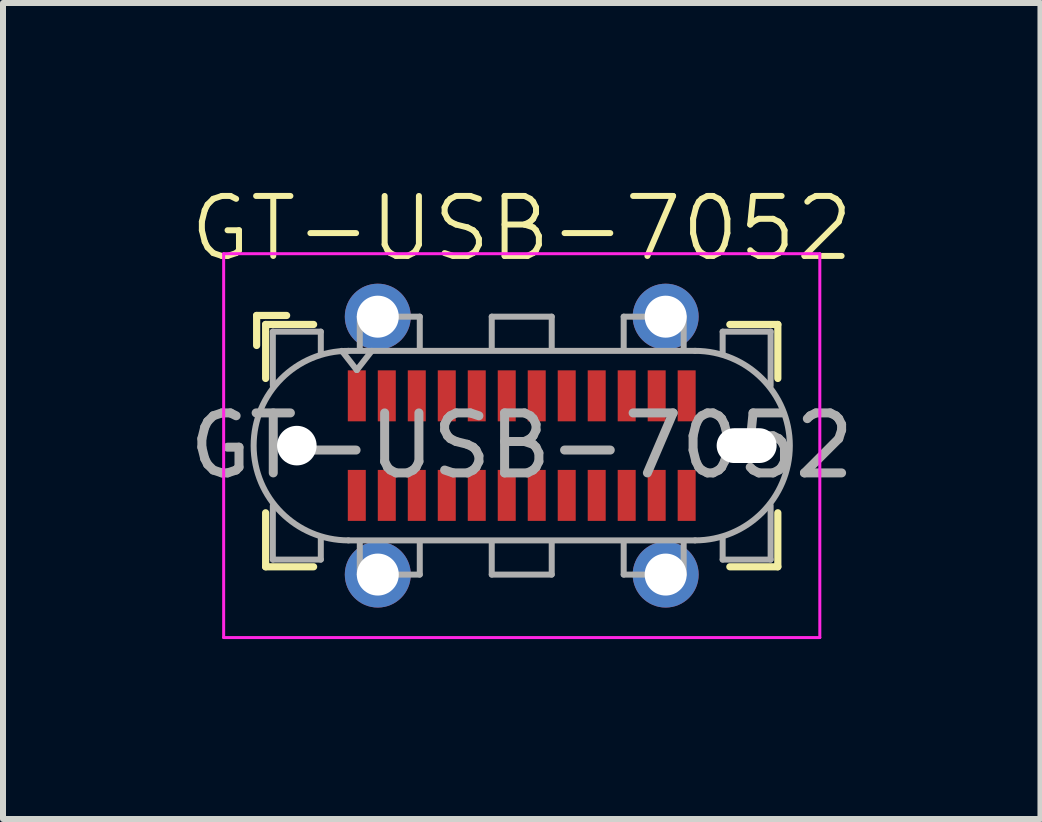
<source format=kicad_pcb>
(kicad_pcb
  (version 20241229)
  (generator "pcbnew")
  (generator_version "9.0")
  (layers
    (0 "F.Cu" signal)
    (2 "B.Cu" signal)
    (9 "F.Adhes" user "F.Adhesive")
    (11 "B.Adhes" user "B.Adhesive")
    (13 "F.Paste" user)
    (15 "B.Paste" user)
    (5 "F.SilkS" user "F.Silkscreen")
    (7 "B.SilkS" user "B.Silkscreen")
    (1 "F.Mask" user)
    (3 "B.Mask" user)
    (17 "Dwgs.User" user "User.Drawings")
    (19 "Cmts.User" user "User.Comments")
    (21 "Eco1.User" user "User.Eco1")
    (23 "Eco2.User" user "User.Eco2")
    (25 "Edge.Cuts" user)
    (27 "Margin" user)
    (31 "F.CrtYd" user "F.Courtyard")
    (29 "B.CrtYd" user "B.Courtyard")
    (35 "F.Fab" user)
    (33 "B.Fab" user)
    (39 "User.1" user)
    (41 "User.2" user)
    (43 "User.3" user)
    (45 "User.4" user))
  (footprint "GT-USB-7052"
    (layer "F.Cu")
    (at 5.649 3.3)
    (property "Reference" "GT-USB-7052" (at 0 -2.54 0) (unlocked yes) (layer "F.SilkS") (effects (font (size 1 1) (thickness 0.1))))
    (attr smd)
    (fp_line (start -4.42 -1.09) (end -4.42 -0.59) (stroke (width 0.12) (type solid)) (layer "F.SilkS"))
    (fp_line (start -4.42 -1.09) (end -3.92 -1.09) (stroke (width 0.12) (type solid)) (layer "F.SilkS"))
    (fp_line (start -4.27 -0.94) (end -4.27 -0.04) (stroke (width 0.12) (type solid)) (layer "F.SilkS"))
    (fp_line (start -4.27 -0.94) (end -3.47 -0.94) (stroke (width 0.12) (type solid)) (layer "F.SilkS"))
    (fp_line (start -4.27 3.1) (end -4.27 2.2) (stroke (width 0.12) (type solid)) (layer "F.SilkS"))
    (fp_line (start -4.27 3.1) (end -3.47 3.1) (stroke (width 0.12) (type solid)) (layer "F.SilkS"))
    (fp_line (start 4.27 -0.94) (end 3.47 -0.94) (stroke (width 0.12) (type solid)) (layer "F.SilkS"))
    (fp_line (start 4.27 -0.94) (end 4.27 -0.04) (stroke (width 0.12) (type solid)) (layer "F.SilkS"))
    (fp_line (start 4.27 3.1) (end 3.47 3.1) (stroke (width 0.12) (type solid)) (layer "F.SilkS"))
    (fp_line (start 4.27 3.1) (end 4.27 2.2) (stroke (width 0.12) (type solid)) (layer "F.SilkS"))
    (fp_line (start -4.97 -2.12) (end -4.97 4.28) (stroke (width 0.05) (type solid)) (layer "F.CrtYd"))
    (fp_line (start -4.97 4.28) (end 4.97 4.28) (stroke (width 0.05) (type solid)) (layer "F.CrtYd"))
    (fp_line (start 4.97 -2.12) (end -4.97 -2.12) (stroke (width 0.05) (type solid)) (layer "F.CrtYd"))
    (fp_line (start 4.97 4.28) (end 4.97 -2.12) (stroke (width 0.05) (type solid)) (layer "F.CrtYd"))
    (fp_line (start -4.15 -0.82) (end -4.15 0.08) (stroke (width 0.1) (type solid)) (layer "F.Fab"))
    (fp_line (start -4.15 -0.82) (end -3.35 -0.82) (stroke (width 0.1) (type solid)) (layer "F.Fab"))
    (fp_line (start -4.15 2.98) (end -4.15 2.08) (stroke (width 0.1) (type solid)) (layer "F.Fab"))
    (fp_line (start -4.15 2.98) (end -3.35 2.98) (stroke (width 0.1) (type solid)) (layer "F.Fab"))
    (fp_line (start -3.35 -0.82) (end -3.35 -0.47) (stroke (width 0.1) (type solid)) (layer "F.Fab"))
    (fp_line (start -3.35 2.98) (end -3.35 2.63) (stroke (width 0.1) (type solid)) (layer "F.Fab"))
    (fp_line (start -2.89 2.66) (end 2.89 2.66) (stroke (width 0.1) (type solid)) (layer "F.Fab"))
    (fp_line (start -2.75 -0.18) (end -3 -0.5) (stroke (width 0.1) (type solid)) (layer "F.Fab"))
    (fp_line (start -2.7 -1.07) (end -1.7 -1.07) (stroke (width 0.1) (type solid)) (layer "F.Fab"))
    (fp_line (start -2.7 -0.52) (end -2.7 -1.07) (stroke (width 0.1) (type solid)) (layer "F.Fab"))
    (fp_line (start -2.7 2.68) (end -2.7 3.23) (stroke (width 0.1) (type solid)) (layer "F.Fab"))
    (fp_line (start -2.7 3.23) (end -1.7 3.23) (stroke (width 0.1) (type solid)) (layer "F.Fab"))
    (fp_line (start -2.5 -0.5) (end -2.75 -0.18) (stroke (width 0.1) (type solid)) (layer "F.Fab"))
    (fp_line (start -1.7 -1.07) (end -1.7 -0.52) (stroke (width 0.1) (type solid)) (layer "F.Fab"))
    (fp_line (start -1.7 3.23) (end -1.7 2.68) (stroke (width 0.1) (type solid)) (layer "F.Fab"))
    (fp_line (start -0.5 -1.07) (end 0.5 -1.07) (stroke (width 0.1) (type solid)) (layer "F.Fab"))
    (fp_line (start -0.5 -0.52) (end -0.5 -1.07) (stroke (width 0.1) (type solid)) (layer "F.Fab"))
    (fp_line (start -0.5 3.23) (end -0.5 2.68) (stroke (width 0.1) (type solid)) (layer "F.Fab"))
    (fp_line (start 0.5 -1.07) (end 0.5 -0.52) (stroke (width 0.1) (type solid)) (layer "F.Fab"))
    (fp_line (start 0.5 2.68) (end 0.5 3.23) (stroke (width 0.1) (type solid)) (layer "F.Fab"))
    (fp_line (start 0.5 3.23) (end -0.5 3.23) (stroke (width 0.1) (type solid)) (layer "F.Fab"))
    (fp_line (start 1.7 -1.07) (end 1.7 -0.52) (stroke (width 0.1) (type solid)) (layer "F.Fab"))
    (fp_line (start 1.7 3.23) (end 1.7 2.68) (stroke (width 0.1) (type solid)) (layer "F.Fab"))
    (fp_line (start 2.7 -1.07) (end 1.7 -1.07) (stroke (width 0.1) (type solid)) (layer "F.Fab"))
    (fp_line (start 2.7 -0.52) (end 2.7 -1.07) (stroke (width 0.1) (type solid)) (layer "F.Fab"))
    (fp_line (start 2.7 2.68) (end 2.7 3.23) (stroke (width 0.1) (type solid)) (layer "F.Fab"))
    (fp_line (start 2.7 3.23) (end 1.7 3.23) (stroke (width 0.1) (type solid)) (layer "F.Fab"))
    (fp_line (start 2.89 -0.5) (end -2.89 -0.5) (stroke (width 0.1) (type solid)) (layer "F.Fab"))
    (fp_line (start 3.35 -0.82) (end 3.35 -0.47) (stroke (width 0.1) (type solid)) (layer "F.Fab"))
    (fp_line (start 3.35 2.98) (end 3.35 2.63) (stroke (width 0.1) (type solid)) (layer "F.Fab"))
    (fp_line (start 4.15 -0.82) (end 3.35 -0.82) (stroke (width 0.1) (type solid)) (layer "F.Fab"))
    (fp_line (start 4.15 -0.82) (end 4.15 0.08) (stroke (width 0.1) (type solid)) (layer "F.Fab"))
    (fp_line (start 4.15 2.98) (end 3.35 2.98) (stroke (width 0.1) (type solid)) (layer "F.Fab"))
    (fp_line (start 4.15 2.98) (end 4.15 2.08) (stroke (width 0.1) (type solid)) (layer "F.Fab"))
    (fp_arc (start -2.89 2.66) (mid -4.47 1.08) (end -2.89 -0.5) (stroke (width 0.1) (type solid)) (layer "F.Fab"))
    (fp_arc (start 2.89 -0.5) (mid 4.47 1.08) (end 2.89 2.66) (stroke (width 0.1) (type solid)) (layer "F.Fab"))
    (fp_text user "${REFERENCE}" (at 0 1.08 0) (unlocked yes) (layer "F.Fab") (effects (font (size 1 1) (thickness 0.15))))
    (pad "" np_thru_hole circle (at -3.75 1.08) (size 0.66 0.66) (drill 0.66) (layers "*.Cu" "*.Mask"))
    (pad "" np_thru_hole oval (at 3.75 1.08) (size 1 0.58) (drill oval 1 0.58) (layers "*.Cu" "*.Mask"))
    (pad "A1" smd rect (at -2.75 0.25) (size 0.3 0.85) (layers "F.Cu" "F.Mask" "F.Paste"))
    (pad "A2" smd rect (at -2.25 0.25) (size 0.3 0.85) (layers "F.Cu" "F.Mask" "F.Paste"))
    (pad "A3" smd rect (at -1.75 0.25) (size 0.3 0.85) (layers "F.Cu" "F.Mask" "F.Paste"))
    (pad "A4" smd rect (at -1.25 0.25) (size 0.3 0.85) (layers "F.Cu" "F.Mask" "F.Paste"))
    (pad "A5" smd rect (at -0.75 0.25) (size 0.3 0.85) (layers "F.Cu" "F.Mask" "F.Paste"))
    (pad "A6" smd rect (at -0.25 0.25) (size 0.3 0.85) (layers "F.Cu" "F.Mask" "F.Paste"))
    (pad "A7" smd rect (at 0.25 0.25) (size 0.3 0.85) (layers "F.Cu" "F.Mask" "F.Paste"))
    (pad "A8" smd rect (at 0.75 0.25) (size 0.3 0.85) (layers "F.Cu" "F.Mask" "F.Paste"))
    (pad "A9" smd rect (at 1.25 0.25) (size 0.3 0.85) (layers "F.Cu" "F.Mask" "F.Paste"))
    (pad "A10" smd rect (at 1.75 0.25) (size 0.3 0.85) (layers "F.Cu" "F.Mask" "F.Paste"))
    (pad "A11" smd rect (at 2.25 0.25) (size 0.3 0.85) (layers "F.Cu" "F.Mask" "F.Paste"))
    (pad "A12" smd rect (at 2.75 0.25) (size 0.3 0.85) (layers "F.Cu" "F.Mask" "F.Paste"))
    (pad "B1" smd rect (at 2.75 1.91) (size 0.3 0.85) (layers "F.Cu" "F.Mask" "F.Paste"))
    (pad "B2" smd rect (at 2.25 1.91) (size 0.3 0.85) (layers "F.Cu" "F.Mask" "F.Paste"))
    (pad "B3" smd rect (at 1.75 1.91) (size 0.3 0.85) (layers "F.Cu" "F.Mask" "F.Paste"))
    (pad "B4" smd rect (at 1.25 1.91) (size 0.3 0.85) (layers "F.Cu" "F.Mask" "F.Paste"))
    (pad "B5" smd rect (at 0.75 1.91) (size 0.3 0.85) (layers "F.Cu" "F.Mask" "F.Paste"))
    (pad "B6" smd rect (at 0.25 1.91) (size 0.3 0.85) (layers "F.Cu" "F.Mask" "F.Paste"))
    (pad "B7" smd rect (at -0.25 1.91) (size 0.3 0.85) (layers "F.Cu" "F.Mask" "F.Paste"))
    (pad "B8" smd rect (at -0.75 1.91) (size 0.3 0.85) (layers "F.Cu" "F.Mask" "F.Paste"))
    (pad "B9" smd rect (at -1.25 1.91) (size 0.3 0.85) (layers "F.Cu" "F.Mask" "F.Paste"))
    (pad "B10" smd rect (at -1.75 1.91) (size 0.3 0.85) (layers "F.Cu" "F.Mask" "F.Paste"))
    (pad "B11" smd rect (at -2.25 1.91) (size 0.3 0.85) (layers "F.Cu" "F.Mask" "F.Paste"))
    (pad "B12" smd rect (at -2.75 1.91) (size 0.3 0.85) (layers "F.Cu" "F.Mask" "F.Paste"))
    (pad "S1" thru_hole circle (at -2.4 -1.07) (size 1.1 1.1) (drill 0.7) (layers "*.Cu" "*.Mask" "F.Paste"))
    (pad "S1" thru_hole circle (at -2.4 3.23) (size 1.1 1.1) (drill 0.7) (layers "*.Cu" "*.Mask" "F.Paste"))
    (pad "S1" thru_hole circle (at 2.4 -1.07) (size 1.1 1.1) (drill 0.7) (layers "*.Cu" "*.Mask" "F.Paste"))
    (pad "S1" thru_hole circle (at 2.4 3.23) (size 1.1 1.1) (drill 0.7) (layers "*.Cu" "*.Mask" "F.Paste"))
    (zone (net_name "") (layer "F.Cu") (name "peg") (hatch full 0.508) (connect_pads) (min_thickness 0.254) (filled_areas_thickness no) (keepout (tracks allowed) (vias allowed) (pads not_allowed) (copperpour not_allowed) (footprints not_allowed)) (placement (enabled no)) (fill) (polygon (pts (xy 6.449 2.58) (xy 4.849 2.58) (xy 4.849 1.881) (xy 6.449 1.881))))
    (zone (net_name "") (layer "F.Cu") (name "peg") (hatch full 0.508) (connect_pads) (min_thickness 0.254) (filled_areas_thickness no) (keepout (tracks allowed) (vias allowed) (pads not_allowed) (copperpour not_allowed) (footprints not_allowed)) (placement (enabled no)) (fill) (polygon (pts (xy 6.449 6.88) (xy 4.849 6.88) (xy 4.849 6.181) (xy 6.449 6.181)))))
  (gr_rect
    (start -3 -3)
    (end 14.298 10.605)
    (stroke (width 0.1) (type default))
    (fill no)
    (layer "Edge.Cuts")))
</source>
